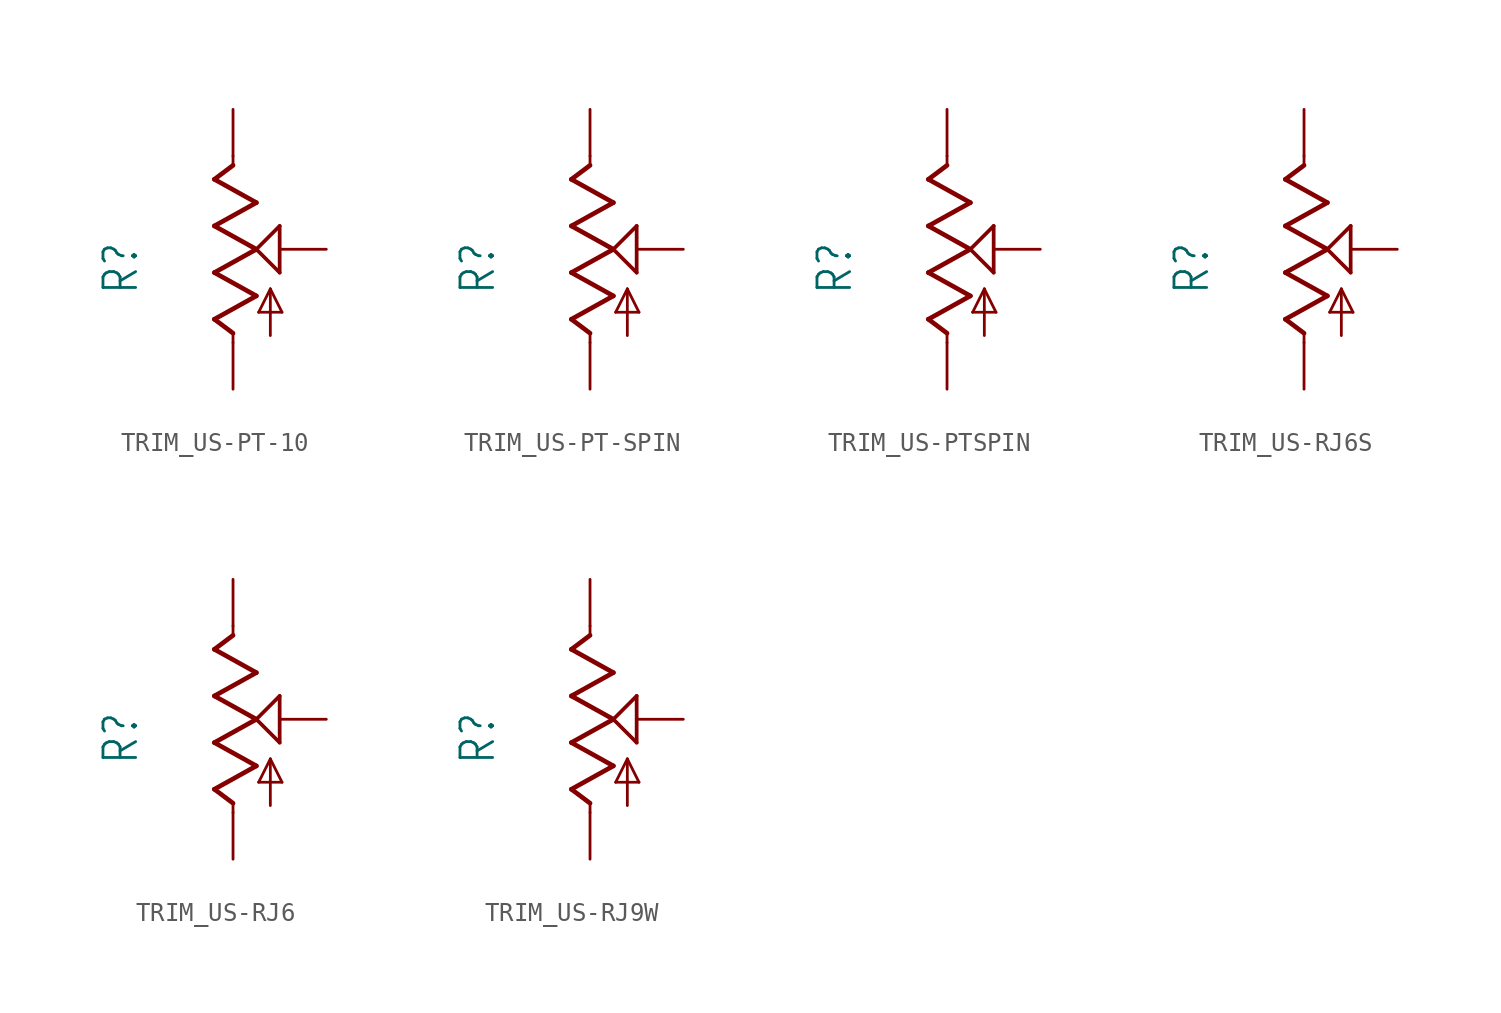
<source format=kicad_sym>
(kicad_symbol_lib
  (version 20241209)
  (generator "kicad_symbol_editor")
  (generator_version "9.0")
  (symbol "TRIM_US-PT-10"
    (property "Reference" "R"
      (at -5.08 -2.54 90)
      (effects (font (size 1.778 1.511)) (justify left bottom)))
    (property "Value" ""
      (at -2.54 -2.54 90)
      (effects (font (size 1.778 1.511)) (justify left bottom)))
    (property "ki_locked" ""
      (at 0 0 0)
      (effects (font (size 1.27 1.27))))
    (symbol "TRIM_US-PT-10_1_0"
      (polyline (pts (xy -1.016 3.81) (xy 0 4.572)) (stroke (width 0.254) (type solid)) (fill (type none)))
      (polyline (pts (xy -1.016 1.27) (xy 1.27 2.54)) (stroke (width 0.254) (type solid)) (fill (type none)))
      (polyline (pts (xy -1.016 -1.27) (xy 1.27 0)) (stroke (width 0.254) (type solid)) (fill (type none)))
      (polyline (pts (xy -1.016 -3.81) (xy 1.27 -2.54)) (stroke (width 0.254) (type solid)) (fill (type none)))
      (polyline (pts (xy 0 4.572) (xy 0 5.08)) (stroke (width 0.152) (type solid)) (fill (type none)))
      (polyline (pts (xy 0 -4.572) (xy -1.016 -3.81)) (stroke (width 0.254) (type solid)) (fill (type none)))
      (polyline (pts (xy 0 -5.08) (xy 0 -4.572)) (stroke (width 0.152) (type solid)) (fill (type none)))
      (polyline (pts (xy 1.27 2.54) (xy -1.016 3.81)) (stroke (width 0.254) (type solid)) (fill (type none)))
      (polyline (pts (xy 1.27 0) (xy -1.016 1.27)) (stroke (width 0.254) (type solid)) (fill (type none)))
      (polyline (pts (xy 1.27 0) (xy 2.54 1.27)) (stroke (width 0.203) (type solid)) (fill (type none)))
      (polyline (pts (xy 1.27 -2.54) (xy -1.016 -1.27)) (stroke (width 0.254) (type solid)) (fill (type none)))
      (polyline (pts (xy 1.397 -3.429) (xy 2.032 -2.159)) (stroke (width 0.152) (type solid)) (fill (type none)))
      (polyline (pts (xy 2.032 -2.159) (xy 2.667 -3.429)) (stroke (width 0.152) (type solid)) (fill (type none)))
      (polyline (pts (xy 2.032 -4.699) (xy 2.032 -2.159)) (stroke (width 0.152) (type solid)) (fill (type none)))
      (polyline (pts (xy 2.54 1.27) (xy 2.54 -1.27)) (stroke (width 0.203) (type solid)) (fill (type none)))
      (polyline (pts (xy 2.54 -1.27) (xy 1.27 0)) (stroke (width 0.203) (type solid)) (fill (type none)))
      (polyline (pts (xy 2.667 -3.429) (xy 1.397 -3.429)) (stroke (width 0.152) (type solid)) (fill (type none)))
      (pin passive line (at 0 7.62 270) (length 2.54) (name "E" (effects (font (size 0 0)))) (number "E" (effects (font (size 0 0)))))
      (pin passive line (at 0 -7.62 90) (length 2.54) (name "A" (effects (font (size 0 0)))) (number "A" (effects (font (size 0 0)))))
      (pin passive line (at 5.08 0 180) (length 2.54) (name "S" (effects (font (size 0 0)))) (number "S" (effects (font (size 0 0)))))))
  (symbol "TRIM_US-PT-SPIN"
    (property "Reference" "R"
      (at -5.08 -2.54 90)
      (effects (font (size 1.778 1.511)) (justify left bottom)))
    (property "Value" ""
      (at -2.54 -2.54 90)
      (effects (font (size 1.778 1.511)) (justify left bottom)))
    (property "ki_locked" ""
      (at 0 0 0)
      (effects (font (size 1.27 1.27))))
    (symbol "TRIM_US-PT-SPIN_1_0"
      (polyline (pts (xy -1.016 3.81) (xy 0 4.572)) (stroke (width 0.254) (type solid)) (fill (type none)))
      (polyline (pts (xy -1.016 1.27) (xy 1.27 2.54)) (stroke (width 0.254) (type solid)) (fill (type none)))
      (polyline (pts (xy -1.016 -1.27) (xy 1.27 0)) (stroke (width 0.254) (type solid)) (fill (type none)))
      (polyline (pts (xy -1.016 -3.81) (xy 1.27 -2.54)) (stroke (width 0.254) (type solid)) (fill (type none)))
      (polyline (pts (xy 0 4.572) (xy 0 5.08)) (stroke (width 0.152) (type solid)) (fill (type none)))
      (polyline (pts (xy 0 -4.572) (xy -1.016 -3.81)) (stroke (width 0.254) (type solid)) (fill (type none)))
      (polyline (pts (xy 0 -5.08) (xy 0 -4.572)) (stroke (width 0.152) (type solid)) (fill (type none)))
      (polyline (pts (xy 1.27 2.54) (xy -1.016 3.81)) (stroke (width 0.254) (type solid)) (fill (type none)))
      (polyline (pts (xy 1.27 0) (xy -1.016 1.27)) (stroke (width 0.254) (type solid)) (fill (type none)))
      (polyline (pts (xy 1.27 0) (xy 2.54 1.27)) (stroke (width 0.203) (type solid)) (fill (type none)))
      (polyline (pts (xy 1.27 -2.54) (xy -1.016 -1.27)) (stroke (width 0.254) (type solid)) (fill (type none)))
      (polyline (pts (xy 1.397 -3.429) (xy 2.032 -2.159)) (stroke (width 0.152) (type solid)) (fill (type none)))
      (polyline (pts (xy 2.032 -2.159) (xy 2.667 -3.429)) (stroke (width 0.152) (type solid)) (fill (type none)))
      (polyline (pts (xy 2.032 -4.699) (xy 2.032 -2.159)) (stroke (width 0.152) (type solid)) (fill (type none)))
      (polyline (pts (xy 2.54 1.27) (xy 2.54 -1.27)) (stroke (width 0.203) (type solid)) (fill (type none)))
      (polyline (pts (xy 2.54 -1.27) (xy 1.27 0)) (stroke (width 0.203) (type solid)) (fill (type none)))
      (polyline (pts (xy 2.667 -3.429) (xy 1.397 -3.429)) (stroke (width 0.152) (type solid)) (fill (type none)))
      (pin passive line (at 0 7.62 270) (length 2.54) (name "E" (effects (font (size 0 0)))) (number "E" (effects (font (size 0 0)))))
      (pin passive line (at 0 -7.62 90) (length 2.54) (name "A" (effects (font (size 0 0)))) (number "A" (effects (font (size 0 0)))))
      (pin passive line (at 5.08 0 180) (length 2.54) (name "S" (effects (font (size 0 0)))) (number "S" (effects (font (size 0 0)))))))
  (symbol "TRIM_US-PTSPIN"
    (property "Reference" "R"
      (at -5.08 -2.54 90)
      (effects (font (size 1.778 1.511)) (justify left bottom)))
    (property "Value" ""
      (at -2.54 -2.54 90)
      (effects (font (size 1.778 1.511)) (justify left bottom)))
    (property "ki_locked" ""
      (at 0 0 0)
      (effects (font (size 1.27 1.27))))
    (symbol "TRIM_US-PTSPIN_1_0"
      (polyline (pts (xy -1.016 3.81) (xy 0 4.572)) (stroke (width 0.254) (type solid)) (fill (type none)))
      (polyline (pts (xy -1.016 1.27) (xy 1.27 2.54)) (stroke (width 0.254) (type solid)) (fill (type none)))
      (polyline (pts (xy -1.016 -1.27) (xy 1.27 0)) (stroke (width 0.254) (type solid)) (fill (type none)))
      (polyline (pts (xy -1.016 -3.81) (xy 1.27 -2.54)) (stroke (width 0.254) (type solid)) (fill (type none)))
      (polyline (pts (xy 0 4.572) (xy 0 5.08)) (stroke (width 0.152) (type solid)) (fill (type none)))
      (polyline (pts (xy 0 -4.572) (xy -1.016 -3.81)) (stroke (width 0.254) (type solid)) (fill (type none)))
      (polyline (pts (xy 0 -5.08) (xy 0 -4.572)) (stroke (width 0.152) (type solid)) (fill (type none)))
      (polyline (pts (xy 1.27 2.54) (xy -1.016 3.81)) (stroke (width 0.254) (type solid)) (fill (type none)))
      (polyline (pts (xy 1.27 0) (xy -1.016 1.27)) (stroke (width 0.254) (type solid)) (fill (type none)))
      (polyline (pts (xy 1.27 0) (xy 2.54 1.27)) (stroke (width 0.203) (type solid)) (fill (type none)))
      (polyline (pts (xy 1.27 -2.54) (xy -1.016 -1.27)) (stroke (width 0.254) (type solid)) (fill (type none)))
      (polyline (pts (xy 1.397 -3.429) (xy 2.032 -2.159)) (stroke (width 0.152) (type solid)) (fill (type none)))
      (polyline (pts (xy 2.032 -2.159) (xy 2.667 -3.429)) (stroke (width 0.152) (type solid)) (fill (type none)))
      (polyline (pts (xy 2.032 -4.699) (xy 2.032 -2.159)) (stroke (width 0.152) (type solid)) (fill (type none)))
      (polyline (pts (xy 2.54 1.27) (xy 2.54 -1.27)) (stroke (width 0.203) (type solid)) (fill (type none)))
      (polyline (pts (xy 2.54 -1.27) (xy 1.27 0)) (stroke (width 0.203) (type solid)) (fill (type none)))
      (polyline (pts (xy 2.667 -3.429) (xy 1.397 -3.429)) (stroke (width 0.152) (type solid)) (fill (type none)))
      (pin passive line (at 0 7.62 270) (length 2.54) (name "E" (effects (font (size 0 0)))) (number "E" (effects (font (size 0 0)))))
      (pin passive line (at 0 -7.62 90) (length 2.54) (name "A" (effects (font (size 0 0)))) (number "A" (effects (font (size 0 0)))))
      (pin passive line (at 5.08 0 180) (length 2.54) (name "S" (effects (font (size 0 0)))) (number "S" (effects (font (size 0 0)))))))
  (symbol "TRIM_US-RJ6S"
    (property "Reference" "R"
      (at -5.08 -2.54 90)
      (effects (font (size 1.778 1.511)) (justify left bottom)))
    (property "Value" ""
      (at -2.54 -2.54 90)
      (effects (font (size 1.778 1.511)) (justify left bottom)))
    (property "ki_locked" ""
      (at 0 0 0)
      (effects (font (size 1.27 1.27))))
    (symbol "TRIM_US-RJ6S_1_0"
      (polyline (pts (xy -1.016 3.81) (xy 0 4.572)) (stroke (width 0.254) (type solid)) (fill (type none)))
      (polyline (pts (xy -1.016 1.27) (xy 1.27 2.54)) (stroke (width 0.254) (type solid)) (fill (type none)))
      (polyline (pts (xy -1.016 -1.27) (xy 1.27 0)) (stroke (width 0.254) (type solid)) (fill (type none)))
      (polyline (pts (xy -1.016 -3.81) (xy 1.27 -2.54)) (stroke (width 0.254) (type solid)) (fill (type none)))
      (polyline (pts (xy 0 4.572) (xy 0 5.08)) (stroke (width 0.152) (type solid)) (fill (type none)))
      (polyline (pts (xy 0 -4.572) (xy -1.016 -3.81)) (stroke (width 0.254) (type solid)) (fill (type none)))
      (polyline (pts (xy 0 -5.08) (xy 0 -4.572)) (stroke (width 0.152) (type solid)) (fill (type none)))
      (polyline (pts (xy 1.27 2.54) (xy -1.016 3.81)) (stroke (width 0.254) (type solid)) (fill (type none)))
      (polyline (pts (xy 1.27 0) (xy -1.016 1.27)) (stroke (width 0.254) (type solid)) (fill (type none)))
      (polyline (pts (xy 1.27 0) (xy 2.54 1.27)) (stroke (width 0.203) (type solid)) (fill (type none)))
      (polyline (pts (xy 1.27 -2.54) (xy -1.016 -1.27)) (stroke (width 0.254) (type solid)) (fill (type none)))
      (polyline (pts (xy 1.397 -3.429) (xy 2.032 -2.159)) (stroke (width 0.152) (type solid)) (fill (type none)))
      (polyline (pts (xy 2.032 -2.159) (xy 2.667 -3.429)) (stroke (width 0.152) (type solid)) (fill (type none)))
      (polyline (pts (xy 2.032 -4.699) (xy 2.032 -2.159)) (stroke (width 0.152) (type solid)) (fill (type none)))
      (polyline (pts (xy 2.54 1.27) (xy 2.54 -1.27)) (stroke (width 0.203) (type solid)) (fill (type none)))
      (polyline (pts (xy 2.54 -1.27) (xy 1.27 0)) (stroke (width 0.203) (type solid)) (fill (type none)))
      (polyline (pts (xy 2.667 -3.429) (xy 1.397 -3.429)) (stroke (width 0.152) (type solid)) (fill (type none)))
      (pin passive line (at 0 7.62 270) (length 2.54) (name "E" (effects (font (size 0 0)))) (number "E" (effects (font (size 0 0)))))
      (pin passive line (at 0 -7.62 90) (length 2.54) (name "A" (effects (font (size 0 0)))) (number "A" (effects (font (size 0 0)))))
      (pin passive line (at 5.08 0 180) (length 2.54) (name "S" (effects (font (size 0 0)))) (number "S" (effects (font (size 0 0)))))))
  (symbol "TRIM_US-RJ6"
    (property "Reference" "R"
      (at -5.08 -2.54 90)
      (effects (font (size 1.778 1.511)) (justify left bottom)))
    (property "Value" ""
      (at -2.54 -2.54 90)
      (effects (font (size 1.778 1.511)) (justify left bottom)))
    (property "ki_locked" ""
      (at 0 0 0)
      (effects (font (size 1.27 1.27))))
    (symbol "TRIM_US-RJ6_1_0"
      (polyline (pts (xy -1.016 3.81) (xy 0 4.572)) (stroke (width 0.254) (type solid)) (fill (type none)))
      (polyline (pts (xy -1.016 1.27) (xy 1.27 2.54)) (stroke (width 0.254) (type solid)) (fill (type none)))
      (polyline (pts (xy -1.016 -1.27) (xy 1.27 0)) (stroke (width 0.254) (type solid)) (fill (type none)))
      (polyline (pts (xy -1.016 -3.81) (xy 1.27 -2.54)) (stroke (width 0.254) (type solid)) (fill (type none)))
      (polyline (pts (xy 0 4.572) (xy 0 5.08)) (stroke (width 0.152) (type solid)) (fill (type none)))
      (polyline (pts (xy 0 -4.572) (xy -1.016 -3.81)) (stroke (width 0.254) (type solid)) (fill (type none)))
      (polyline (pts (xy 0 -5.08) (xy 0 -4.572)) (stroke (width 0.152) (type solid)) (fill (type none)))
      (polyline (pts (xy 1.27 2.54) (xy -1.016 3.81)) (stroke (width 0.254) (type solid)) (fill (type none)))
      (polyline (pts (xy 1.27 0) (xy -1.016 1.27)) (stroke (width 0.254) (type solid)) (fill (type none)))
      (polyline (pts (xy 1.27 0) (xy 2.54 1.27)) (stroke (width 0.203) (type solid)) (fill (type none)))
      (polyline (pts (xy 1.27 -2.54) (xy -1.016 -1.27)) (stroke (width 0.254) (type solid)) (fill (type none)))
      (polyline (pts (xy 1.397 -3.429) (xy 2.032 -2.159)) (stroke (width 0.152) (type solid)) (fill (type none)))
      (polyline (pts (xy 2.032 -2.159) (xy 2.667 -3.429)) (stroke (width 0.152) (type solid)) (fill (type none)))
      (polyline (pts (xy 2.032 -4.699) (xy 2.032 -2.159)) (stroke (width 0.152) (type solid)) (fill (type none)))
      (polyline (pts (xy 2.54 1.27) (xy 2.54 -1.27)) (stroke (width 0.203) (type solid)) (fill (type none)))
      (polyline (pts (xy 2.54 -1.27) (xy 1.27 0)) (stroke (width 0.203) (type solid)) (fill (type none)))
      (polyline (pts (xy 2.667 -3.429) (xy 1.397 -3.429)) (stroke (width 0.152) (type solid)) (fill (type none)))
      (pin passive line (at 0 7.62 270) (length 2.54) (name "E" (effects (font (size 0 0)))) (number "E" (effects (font (size 0 0)))))
      (pin passive line (at 0 -7.62 90) (length 2.54) (name "A" (effects (font (size 0 0)))) (number "A" (effects (font (size 0 0)))))
      (pin passive line (at 5.08 0 180) (length 2.54) (name "S" (effects (font (size 0 0)))) (number "S" (effects (font (size 0 0)))))))
  (symbol "TRIM_US-RJ9W"
    (property "Reference" "R"
      (at -5.08 -2.54 90)
      (effects (font (size 1.778 1.511)) (justify left bottom)))
    (property "Value" ""
      (at -2.54 -2.54 90)
      (effects (font (size 1.778 1.511)) (justify left bottom)))
    (property "ki_locked" ""
      (at 0 0 0)
      (effects (font (size 1.27 1.27))))
    (symbol "TRIM_US-RJ9W_1_0"
      (polyline (pts (xy -1.016 3.81) (xy 0 4.572)) (stroke (width 0.254) (type solid)) (fill (type none)))
      (polyline (pts (xy -1.016 1.27) (xy 1.27 2.54)) (stroke (width 0.254) (type solid)) (fill (type none)))
      (polyline (pts (xy -1.016 -1.27) (xy 1.27 0)) (stroke (width 0.254) (type solid)) (fill (type none)))
      (polyline (pts (xy -1.016 -3.81) (xy 1.27 -2.54)) (stroke (width 0.254) (type solid)) (fill (type none)))
      (polyline (pts (xy 0 4.572) (xy 0 5.08)) (stroke (width 0.152) (type solid)) (fill (type none)))
      (polyline (pts (xy 0 -4.572) (xy -1.016 -3.81)) (stroke (width 0.254) (type solid)) (fill (type none)))
      (polyline (pts (xy 0 -5.08) (xy 0 -4.572)) (stroke (width 0.152) (type solid)) (fill (type none)))
      (polyline (pts (xy 1.27 2.54) (xy -1.016 3.81)) (stroke (width 0.254) (type solid)) (fill (type none)))
      (polyline (pts (xy 1.27 0) (xy -1.016 1.27)) (stroke (width 0.254) (type solid)) (fill (type none)))
      (polyline (pts (xy 1.27 0) (xy 2.54 1.27)) (stroke (width 0.203) (type solid)) (fill (type none)))
      (polyline (pts (xy 1.27 -2.54) (xy -1.016 -1.27)) (stroke (width 0.254) (type solid)) (fill (type none)))
      (polyline (pts (xy 1.397 -3.429) (xy 2.032 -2.159)) (stroke (width 0.152) (type solid)) (fill (type none)))
      (polyline (pts (xy 2.032 -2.159) (xy 2.667 -3.429)) (stroke (width 0.152) (type solid)) (fill (type none)))
      (polyline (pts (xy 2.032 -4.699) (xy 2.032 -2.159)) (stroke (width 0.152) (type solid)) (fill (type none)))
      (polyline (pts (xy 2.54 1.27) (xy 2.54 -1.27)) (stroke (width 0.203) (type solid)) (fill (type none)))
      (polyline (pts (xy 2.54 -1.27) (xy 1.27 0)) (stroke (width 0.203) (type solid)) (fill (type none)))
      (polyline (pts (xy 2.667 -3.429) (xy 1.397 -3.429)) (stroke (width 0.152) (type solid)) (fill (type none)))
      (pin passive line (at 0 7.62 270) (length 2.54) (name "E" (effects (font (size 0 0)))) (number "E" (effects (font (size 0 0)))))
      (pin passive line (at 0 -7.62 90) (length 2.54) (name "A" (effects (font (size 0 0)))) (number "A" (effects (font (size 0 0)))))
      (pin passive line (at 5.08 0 180) (length 2.54) (name "S" (effects (font (size 0 0)))) (number "S" (effects (font (size 0 0))))))))
</source>
